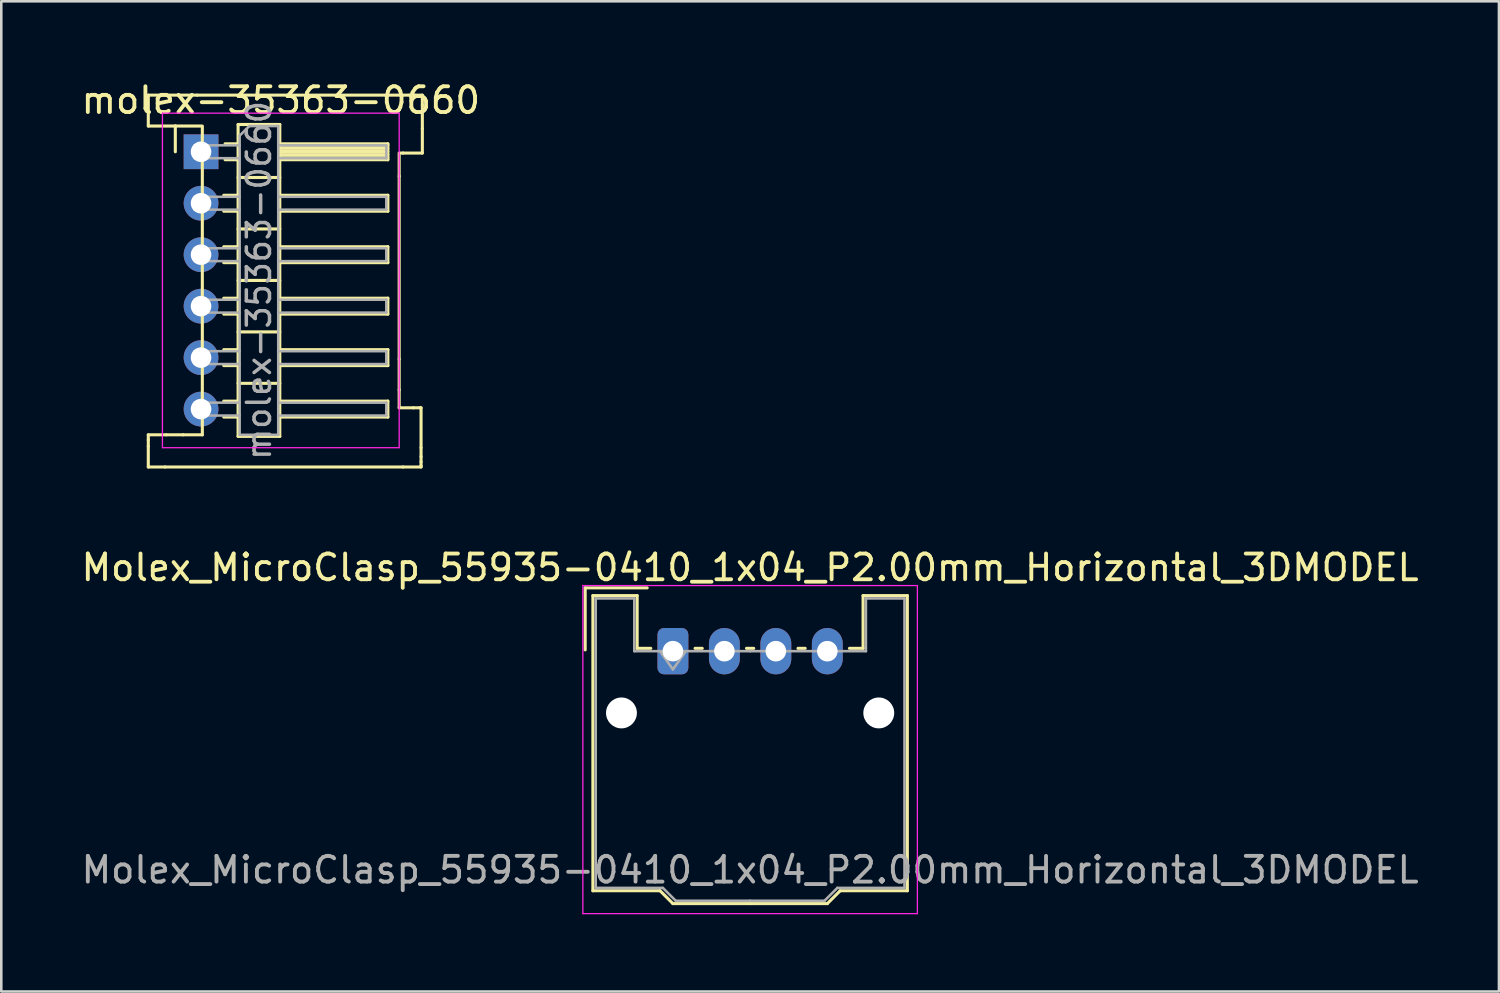
<source format=kicad_pcb>
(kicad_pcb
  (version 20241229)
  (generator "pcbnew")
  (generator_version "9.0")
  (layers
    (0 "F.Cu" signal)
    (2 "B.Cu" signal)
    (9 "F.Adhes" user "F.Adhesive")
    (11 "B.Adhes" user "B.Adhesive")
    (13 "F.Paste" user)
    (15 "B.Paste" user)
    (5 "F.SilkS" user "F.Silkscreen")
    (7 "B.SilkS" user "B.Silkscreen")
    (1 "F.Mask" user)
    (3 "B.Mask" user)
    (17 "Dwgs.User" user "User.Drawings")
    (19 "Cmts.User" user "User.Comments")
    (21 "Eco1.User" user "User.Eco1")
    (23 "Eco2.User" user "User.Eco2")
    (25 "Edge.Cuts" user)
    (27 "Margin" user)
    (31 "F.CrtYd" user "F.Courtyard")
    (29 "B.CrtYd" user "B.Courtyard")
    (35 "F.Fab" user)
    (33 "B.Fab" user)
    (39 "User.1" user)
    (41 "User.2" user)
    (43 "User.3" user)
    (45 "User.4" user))
  (footprint "Molex_MicroClasp_55935-0410_1x04_P2.00mm_Horizontal_3DMODEL"
    (layer "F.Cu")
    (at 23.101 22.256)
    (property "Reference" "Molex_MicroClasp_55935-0410_1x04_P2.00mm_Horizontal_3DMODEL" (at 3 -3.25 0) (layer "F.SilkS") (effects (font (size 1 1) (thickness 0.15))))
    (attr through_hole)
    (fp_line (start -3.41 -2.46) (end -1 -2.46) (stroke (width 0.12) (type solid)) (layer "F.SilkS"))
    (fp_line (start -3.41 -0.05) (end -3.41 -2.46) (stroke (width 0.12) (type solid)) (layer "F.SilkS"))
    (fp_line (start -3.11 -2.16) (end -1.39 -2.16) (stroke (width 0.12) (type solid)) (layer "F.SilkS"))
    (fp_line (start -3.11 9.31) (end -3.11 -2.16) (stroke (width 0.12) (type solid)) (layer "F.SilkS"))
    (fp_line (start -1.39 -2.16) (end -1.39 -0.11) (stroke (width 0.12) (type solid)) (layer "F.SilkS"))
    (fp_line (start -1.39 -0.11) (end -0.86 -0.11) (stroke (width 0.12) (type solid)) (layer "F.SilkS"))
    (fp_line (start -0.5 9.31) (end -3.11 9.31) (stroke (width 0.12) (type solid)) (layer "F.SilkS"))
    (fp_line (start 0 9.81) (end -0.5 9.31) (stroke (width 0.12) (type solid)) (layer "F.SilkS"))
    (fp_line (start 0.86 -0.11) (end 1.14 -0.11) (stroke (width 0.12) (type solid)) (layer "F.SilkS"))
    (fp_line (start 2.86 -0.11) (end 3.14 -0.11) (stroke (width 0.12) (type solid)) (layer "F.SilkS"))
    (fp_line (start 3 9.81) (end 0 9.81) (stroke (width 0.12) (type solid)) (layer "F.SilkS"))
    (fp_line (start 3 9.81) (end 6 9.81) (stroke (width 0.12) (type solid)) (layer "F.SilkS"))
    (fp_line (start 4.86 -0.11) (end 5.14 -0.11) (stroke (width 0.12) (type solid)) (layer "F.SilkS"))
    (fp_line (start 6 9.81) (end 6.5 9.31) (stroke (width 0.12) (type solid)) (layer "F.SilkS"))
    (fp_line (start 6.5 9.31) (end 9.11 9.31) (stroke (width 0.12) (type solid)) (layer "F.SilkS"))
    (fp_line (start 7.39 -2.16) (end 7.39 -0.11) (stroke (width 0.12) (type solid)) (layer "F.SilkS"))
    (fp_line (start 7.39 -0.11) (end 6.86 -0.11) (stroke (width 0.12) (type solid)) (layer "F.SilkS"))
    (fp_line (start 9.11 -2.16) (end 7.39 -2.16) (stroke (width 0.12) (type solid)) (layer "F.SilkS"))
    (fp_line (start 9.11 9.31) (end 9.11 -2.16) (stroke (width 0.12) (type solid)) (layer "F.SilkS"))
    (fp_line (start -3.5 -2.55) (end -3.5 10.2) (stroke (width 0.05) (type solid)) (layer "F.CrtYd"))
    (fp_line (start -3.5 10.2) (end 9.5 10.2) (stroke (width 0.05) (type solid)) (layer "F.CrtYd"))
    (fp_line (start 9.5 -2.55) (end -3.5 -2.55) (stroke (width 0.05) (type solid)) (layer "F.CrtYd"))
    (fp_line (start 9.5 10.2) (end 9.5 -2.55) (stroke (width 0.05) (type solid)) (layer "F.CrtYd"))
    (fp_line (start -3 -2.05) (end -1.5 -2.05) (stroke (width 0.1) (type solid)) (layer "F.Fab"))
    (fp_line (start -3 9.2) (end -3 -2.05) (stroke (width 0.1) (type solid)) (layer "F.Fab"))
    (fp_line (start -1.5 -2.05) (end -1.5 0) (stroke (width 0.1) (type solid)) (layer "F.Fab"))
    (fp_line (start -1.5 0) (end 3 0) (stroke (width 0.1) (type solid)) (layer "F.Fab"))
    (fp_line (start -0.5 0) (end 0 0.707) (stroke (width 0.1) (type solid)) (layer "F.Fab"))
    (fp_line (start -0.39 9.2) (end -3 9.2) (stroke (width 0.1) (type solid)) (layer "F.Fab"))
    (fp_line (start 0 0.707) (end 0.5 0) (stroke (width 0.1) (type solid)) (layer "F.Fab"))
    (fp_line (start 0.11 9.7) (end -0.39 9.2) (stroke (width 0.1) (type solid)) (layer "F.Fab"))
    (fp_line (start 3 9.7) (end 0.11 9.7) (stroke (width 0.1) (type solid)) (layer "F.Fab"))
    (fp_line (start 3 9.7) (end 5.89 9.7) (stroke (width 0.1) (type solid)) (layer "F.Fab"))
    (fp_line (start 5.89 9.7) (end 6.39 9.2) (stroke (width 0.1) (type solid)) (layer "F.Fab"))
    (fp_line (start 6.39 9.2) (end 9 9.2) (stroke (width 0.1) (type solid)) (layer "F.Fab"))
    (fp_line (start 7.5 -2.05) (end 7.5 0) (stroke (width 0.1) (type solid)) (layer "F.Fab"))
    (fp_line (start 7.5 0) (end 3 0) (stroke (width 0.1) (type solid)) (layer "F.Fab"))
    (fp_line (start 9 -2.05) (end 7.5 -2.05) (stroke (width 0.1) (type solid)) (layer "F.Fab"))
    (fp_line (start 9 9.2) (end 9 -2.05) (stroke (width 0.1) (type solid)) (layer "F.Fab"))
    (fp_text user "${REFERENCE}" (at 3 8.5 0) (layer "F.Fab") (effects (font (size 1 1) (thickness 0.15))))
    (pad "" np_thru_hole circle (at -2 2.4) (size 1.2 1.2) (drill 1.2) (layers "*.Cu" "*.Mask"))
    (pad "" np_thru_hole circle (at 8 2.4) (size 1.2 1.2) (drill 1.2) (layers "*.Cu" "*.Mask"))
    (pad "1" thru_hole roundrect (at 0 0) (size 1.2 1.8) (drill 0.8) (layers "*.Cu" "*.Mask") (roundrect_rratio 0.208))
    (pad "2" thru_hole oval (at 2 0) (size 1.2 1.8) (drill 0.8) (layers "*.Cu" "*.Mask"))
    (pad "3" thru_hole oval (at 4 0) (size 1.2 1.8) (drill 0.8) (layers "*.Cu" "*.Mask"))
    (pad "4" thru_hole oval (at 6 0) (size 1.2 1.8) (drill 0.8) (layers "*.Cu" "*.Mask")))
  (footprint "molex-35363-0660"
    (layer "F.Cu")
    (at 4.763 2.848)
    (property "Reference" "molex-35363-0660" (at 3.1 -2 0) (layer "F.SilkS") (effects (font (size 1 1) (thickness 0.15))))
    (attr through_hole)
    (fp_line (start -2.05 -2.2) (end -0.15 -2.2) (stroke (width 0.12) (type solid)) (layer "F.SilkS"))
    (fp_line (start -2.05 -1) (end -2.05 -2.2) (stroke (width 0.12) (type solid)) (layer "F.SilkS"))
    (fp_line (start -2.05 11) (end -1.35 11) (stroke (width 0.12) (type solid)) (layer "F.SilkS"))
    (fp_line (start -2.05 11.2) (end -2.05 11) (stroke (width 0.12) (type solid)) (layer "F.SilkS"))
    (fp_line (start -2.05 11.45) (end -2.05 11.2) (stroke (width 0.12) (type solid)) (layer "F.SilkS"))
    (fp_line (start -2.05 12.25) (end -2.05 11.45) (stroke (width 0.12) (type solid)) (layer "F.SilkS"))
    (fp_line (start -1.4 12.25) (end -2.05 12.25) (stroke (width 0.12) (type solid)) (layer "F.SilkS"))
    (fp_line (start -1.35 11) (end -0.7 11) (stroke (width 0.12) (type solid)) (layer "F.SilkS"))
    (fp_line (start -1 -1) (end -2.05 -1) (stroke (width 0.12) (type solid)) (layer "F.SilkS"))
    (fp_line (start -1 -1) (end 0 -1) (stroke (width 0.12) (type solid)) (layer "F.SilkS"))
    (fp_line (start -1 0) (end -1 -1) (stroke (width 0.12) (type solid)) (layer "F.SilkS"))
    (fp_line (start -0.7 11) (end 0.05 11) (stroke (width 0.12) (type solid)) (layer "F.SilkS"))
    (fp_line (start -0.15 -2.2) (end 8.1 -2.2) (stroke (width 0.12) (type solid)) (layer "F.SilkS"))
    (fp_line (start 0.05 11) (end 0.05 -1) (stroke (width 0.12) (type solid)) (layer "F.SilkS"))
    (fp_line (start 0.882 1.69) (end 1.44 1.69) (stroke (width 0.12) (type solid)) (layer "F.SilkS"))
    (fp_line (start 0.882 2.31) (end 1.44 2.31) (stroke (width 0.12) (type solid)) (layer "F.SilkS"))
    (fp_line (start 0.882 3.69) (end 1.44 3.69) (stroke (width 0.12) (type solid)) (layer "F.SilkS"))
    (fp_line (start 0.882 4.31) (end 1.44 4.31) (stroke (width 0.12) (type solid)) (layer "F.SilkS"))
    (fp_line (start 0.882 5.69) (end 1.44 5.69) (stroke (width 0.12) (type solid)) (layer "F.SilkS"))
    (fp_line (start 0.882 6.31) (end 1.44 6.31) (stroke (width 0.12) (type solid)) (layer "F.SilkS"))
    (fp_line (start 0.882 7.69) (end 1.44 7.69) (stroke (width 0.12) (type solid)) (layer "F.SilkS"))
    (fp_line (start 0.882 8.31) (end 1.44 8.31) (stroke (width 0.12) (type solid)) (layer "F.SilkS"))
    (fp_line (start 0.882 9.69) (end 1.44 9.69) (stroke (width 0.12) (type solid)) (layer "F.SilkS"))
    (fp_line (start 0.882 10.31) (end 1.44 10.31) (stroke (width 0.12) (type solid)) (layer "F.SilkS"))
    (fp_line (start 0.935 -0.31) (end 1.44 -0.31) (stroke (width 0.12) (type solid)) (layer "F.SilkS"))
    (fp_line (start 0.935 0.31) (end 1.44 0.31) (stroke (width 0.12) (type solid)) (layer "F.SilkS"))
    (fp_line (start 1.44 -1.06) (end 1.44 11.06) (stroke (width 0.12) (type solid)) (layer "F.SilkS"))
    (fp_line (start 1.44 1) (end 3.06 1) (stroke (width 0.12) (type solid)) (layer "F.SilkS"))
    (fp_line (start 1.44 3) (end 3.06 3) (stroke (width 0.12) (type solid)) (layer "F.SilkS"))
    (fp_line (start 1.44 5) (end 3.06 5) (stroke (width 0.12) (type solid)) (layer "F.SilkS"))
    (fp_line (start 1.44 7) (end 3.06 7) (stroke (width 0.12) (type solid)) (layer "F.SilkS"))
    (fp_line (start 1.44 9) (end 3.06 9) (stroke (width 0.12) (type solid)) (layer "F.SilkS"))
    (fp_line (start 1.44 11.06) (end 3.06 11.06) (stroke (width 0.12) (type solid)) (layer "F.SilkS"))
    (fp_line (start 3.06 -1.06) (end 1.44 -1.06) (stroke (width 0.12) (type solid)) (layer "F.SilkS"))
    (fp_line (start 3.06 -0.31) (end 7.26 -0.31) (stroke (width 0.12) (type solid)) (layer "F.SilkS"))
    (fp_line (start 3.06 -0.25) (end 7.26 -0.25) (stroke (width 0.12) (type solid)) (layer "F.SilkS"))
    (fp_line (start 3.06 -0.13) (end 7.26 -0.13) (stroke (width 0.12) (type solid)) (layer "F.SilkS"))
    (fp_line (start 3.06 -0.01) (end 7.26 -0.01) (stroke (width 0.12) (type solid)) (layer "F.SilkS"))
    (fp_line (start 3.06 0.11) (end 7.26 0.11) (stroke (width 0.12) (type solid)) (layer "F.SilkS"))
    (fp_line (start 3.06 0.23) (end 7.26 0.23) (stroke (width 0.12) (type solid)) (layer "F.SilkS"))
    (fp_line (start 3.06 1.69) (end 7.26 1.69) (stroke (width 0.12) (type solid)) (layer "F.SilkS"))
    (fp_line (start 3.06 3.69) (end 7.26 3.69) (stroke (width 0.12) (type solid)) (layer "F.SilkS"))
    (fp_line (start 3.06 5.69) (end 7.26 5.69) (stroke (width 0.12) (type solid)) (layer "F.SilkS"))
    (fp_line (start 3.06 7.69) (end 7.26 7.69) (stroke (width 0.12) (type solid)) (layer "F.SilkS"))
    (fp_line (start 3.06 9.69) (end 7.26 9.69) (stroke (width 0.12) (type solid)) (layer "F.SilkS"))
    (fp_line (start 3.06 11.06) (end 3.06 -1.06) (stroke (width 0.12) (type solid)) (layer "F.SilkS"))
    (fp_line (start 7.26 -0.31) (end 7.26 0.31) (stroke (width 0.12) (type solid)) (layer "F.SilkS"))
    (fp_line (start 7.26 0.31) (end 3.06 0.31) (stroke (width 0.12) (type solid)) (layer "F.SilkS"))
    (fp_line (start 7.26 1.69) (end 7.26 2.31) (stroke (width 0.12) (type solid)) (layer "F.SilkS"))
    (fp_line (start 7.26 2.31) (end 3.06 2.31) (stroke (width 0.12) (type solid)) (layer "F.SilkS"))
    (fp_line (start 7.26 3.69) (end 7.26 4.31) (stroke (width 0.12) (type solid)) (layer "F.SilkS"))
    (fp_line (start 7.26 4.31) (end 3.06 4.31) (stroke (width 0.12) (type solid)) (layer "F.SilkS"))
    (fp_line (start 7.26 5.69) (end 7.26 6.31) (stroke (width 0.12) (type solid)) (layer "F.SilkS"))
    (fp_line (start 7.26 6.31) (end 3.06 6.31) (stroke (width 0.12) (type solid)) (layer "F.SilkS"))
    (fp_line (start 7.26 7.69) (end 7.26 8.31) (stroke (width 0.12) (type solid)) (layer "F.SilkS"))
    (fp_line (start 7.26 8.31) (end 3.06 8.31) (stroke (width 0.12) (type solid)) (layer "F.SilkS"))
    (fp_line (start 7.26 9.69) (end 7.26 10.31) (stroke (width 0.12) (type solid)) (layer "F.SilkS"))
    (fp_line (start 7.26 10.31) (end 3.06 10.31) (stroke (width 0.12) (type solid)) (layer "F.SilkS"))
    (fp_line (start 7.7 0.05) (end 7.7 0.95) (stroke (width 0.12) (type solid)) (layer "F.SilkS"))
    (fp_line (start 7.7 0.95) (end 7.7 8.05) (stroke (width 0.12) (type solid)) (layer "F.SilkS"))
    (fp_line (start 7.7 8.05) (end 7.7 9.25) (stroke (width 0.12) (type solid)) (layer "F.SilkS"))
    (fp_line (start 7.7 9.25) (end 7.7 9.95) (stroke (width 0.12) (type solid)) (layer "F.SilkS"))
    (fp_line (start 7.7 9.95) (end 8.25 9.95) (stroke (width 0.12) (type solid)) (layer "F.SilkS"))
    (fp_line (start 7.85 0.05) (end 7.75 0.05) (stroke (width 0.12) (type solid)) (layer "F.SilkS"))
    (fp_line (start 7.85 12.25) (end -1.4 12.25) (stroke (width 0.12) (type solid)) (layer "F.SilkS"))
    (fp_line (start 8.1 -2.2) (end 8.3 -2.2) (stroke (width 0.12) (type solid)) (layer "F.SilkS"))
    (fp_line (start 8.25 9.95) (end 8.5 9.95) (stroke (width 0.12) (type solid)) (layer "F.SilkS"))
    (fp_line (start 8.3 -2.2) (end 8.6 -2.2) (stroke (width 0.12) (type solid)) (layer "F.SilkS"))
    (fp_line (start 8.5 9.95) (end 8.55 9.95) (stroke (width 0.12) (type solid)) (layer "F.SilkS"))
    (fp_line (start 8.55 9.95) (end 8.55 11.5) (stroke (width 0.12) (type solid)) (layer "F.SilkS"))
    (fp_line (start 8.55 11.5) (end 8.55 11.85) (stroke (width 0.12) (type solid)) (layer "F.SilkS"))
    (fp_line (start 8.55 11.85) (end 8.55 12.05) (stroke (width 0.12) (type solid)) (layer "F.SilkS"))
    (fp_line (start 8.55 12.05) (end 8.55 12.2) (stroke (width 0.12) (type solid)) (layer "F.SilkS"))
    (fp_line (start 8.55 12.2) (end 8.55 12.25) (stroke (width 0.12) (type solid)) (layer "F.SilkS"))
    (fp_line (start 8.55 12.25) (end 7.85 12.25) (stroke (width 0.12) (type solid)) (layer "F.SilkS"))
    (fp_line (start 8.6 -2.2) (end 8.6 -1.8) (stroke (width 0.12) (type solid)) (layer "F.SilkS"))
    (fp_line (start 8.6 -1.8) (end 8.6 -0.9) (stroke (width 0.12) (type solid)) (layer "F.SilkS"))
    (fp_line (start 8.6 -0.9) (end 8.6 0.05) (stroke (width 0.12) (type solid)) (layer "F.SilkS"))
    (fp_line (start 8.6 0.05) (end 7.85 0.05) (stroke (width 0.12) (type solid)) (layer "F.SilkS"))
    (fp_line (start -1.5 -1.5) (end -1.5 11.5) (stroke (width 0.05) (type solid)) (layer "F.CrtYd"))
    (fp_line (start -1.5 11.5) (end 7.7 11.5) (stroke (width 0.05) (type solid)) (layer "F.CrtYd"))
    (fp_line (start 7.7 -1.5) (end -1.5 -1.5) (stroke (width 0.05) (type solid)) (layer "F.CrtYd"))
    (fp_line (start 7.7 11.5) (end 7.7 -1.5) (stroke (width 0.05) (type solid)) (layer "F.CrtYd"))
    (fp_line (start -0.25 -0.25) (end -0.25 0.25) (stroke (width 0.1) (type solid)) (layer "F.Fab"))
    (fp_line (start -0.25 -0.25) (end 1.5 -0.25) (stroke (width 0.1) (type solid)) (layer "F.Fab"))
    (fp_line (start -0.25 0.25) (end 1.5 0.25) (stroke (width 0.1) (type solid)) (layer "F.Fab"))
    (fp_line (start -0.25 1.75) (end -0.25 2.25) (stroke (width 0.1) (type solid)) (layer "F.Fab"))
    (fp_line (start -0.25 1.75) (end 1.5 1.75) (stroke (width 0.1) (type solid)) (layer "F.Fab"))
    (fp_line (start -0.25 2.25) (end 1.5 2.25) (stroke (width 0.1) (type solid)) (layer "F.Fab"))
    (fp_line (start -0.25 3.75) (end -0.25 4.25) (stroke (width 0.1) (type solid)) (layer "F.Fab"))
    (fp_line (start -0.25 3.75) (end 1.5 3.75) (stroke (width 0.1) (type solid)) (layer "F.Fab"))
    (fp_line (start -0.25 4.25) (end 1.5 4.25) (stroke (width 0.1) (type solid)) (layer "F.Fab"))
    (fp_line (start -0.25 5.75) (end -0.25 6.25) (stroke (width 0.1) (type solid)) (layer "F.Fab"))
    (fp_line (start -0.25 5.75) (end 1.5 5.75) (stroke (width 0.1) (type solid)) (layer "F.Fab"))
    (fp_line (start -0.25 6.25) (end 1.5 6.25) (stroke (width 0.1) (type solid)) (layer "F.Fab"))
    (fp_line (start -0.25 7.75) (end -0.25 8.25) (stroke (width 0.1) (type solid)) (layer "F.Fab"))
    (fp_line (start -0.25 7.75) (end 1.5 7.75) (stroke (width 0.1) (type solid)) (layer "F.Fab"))
    (fp_line (start -0.25 8.25) (end 1.5 8.25) (stroke (width 0.1) (type solid)) (layer "F.Fab"))
    (fp_line (start -0.25 9.75) (end -0.25 10.25) (stroke (width 0.1) (type solid)) (layer "F.Fab"))
    (fp_line (start -0.25 9.75) (end 1.5 9.75) (stroke (width 0.1) (type solid)) (layer "F.Fab"))
    (fp_line (start -0.25 10.25) (end 1.5 10.25) (stroke (width 0.1) (type solid)) (layer "F.Fab"))
    (fp_line (start 1.5 -0.625) (end 1.875 -1) (stroke (width 0.1) (type solid)) (layer "F.Fab"))
    (fp_line (start 1.5 11) (end 1.5 -0.625) (stroke (width 0.1) (type solid)) (layer "F.Fab"))
    (fp_line (start 1.875 -1) (end 3 -1) (stroke (width 0.1) (type solid)) (layer "F.Fab"))
    (fp_line (start 3 -1) (end 3 11) (stroke (width 0.1) (type solid)) (layer "F.Fab"))
    (fp_line (start 3 -0.25) (end 7.2 -0.25) (stroke (width 0.1) (type solid)) (layer "F.Fab"))
    (fp_line (start 3 0.25) (end 7.2 0.25) (stroke (width 0.1) (type solid)) (layer "F.Fab"))
    (fp_line (start 3 1.75) (end 7.2 1.75) (stroke (width 0.1) (type solid)) (layer "F.Fab"))
    (fp_line (start 3 2.25) (end 7.2 2.25) (stroke (width 0.1) (type solid)) (layer "F.Fab"))
    (fp_line (start 3 3.75) (end 7.2 3.75) (stroke (width 0.1) (type solid)) (layer "F.Fab"))
    (fp_line (start 3 4.25) (end 7.2 4.25) (stroke (width 0.1) (type solid)) (layer "F.Fab"))
    (fp_line (start 3 5.75) (end 7.2 5.75) (stroke (width 0.1) (type solid)) (layer "F.Fab"))
    (fp_line (start 3 6.25) (end 7.2 6.25) (stroke (width 0.1) (type solid)) (layer "F.Fab"))
    (fp_line (start 3 7.75) (end 7.2 7.75) (stroke (width 0.1) (type solid)) (layer "F.Fab"))
    (fp_line (start 3 8.25) (end 7.2 8.25) (stroke (width 0.1) (type solid)) (layer "F.Fab"))
    (fp_line (start 3 9.75) (end 7.2 9.75) (stroke (width 0.1) (type solid)) (layer "F.Fab"))
    (fp_line (start 3 10.25) (end 7.2 10.25) (stroke (width 0.1) (type solid)) (layer "F.Fab"))
    (fp_line (start 3 11) (end 1.5 11) (stroke (width 0.1) (type solid)) (layer "F.Fab"))
    (fp_line (start 7.2 -0.25) (end 7.2 0.25) (stroke (width 0.1) (type solid)) (layer "F.Fab"))
    (fp_line (start 7.2 1.75) (end 7.2 2.25) (stroke (width 0.1) (type solid)) (layer "F.Fab"))
    (fp_line (start 7.2 3.75) (end 7.2 4.25) (stroke (width 0.1) (type solid)) (layer "F.Fab"))
    (fp_line (start 7.2 5.75) (end 7.2 6.25) (stroke (width 0.1) (type solid)) (layer "F.Fab"))
    (fp_line (start 7.2 7.75) (end 7.2 8.25) (stroke (width 0.1) (type solid)) (layer "F.Fab"))
    (fp_line (start 7.2 9.75) (end 7.2 10.25) (stroke (width 0.1) (type solid)) (layer "F.Fab"))
    (fp_text user "${REFERENCE}" (at 2.25 5 90) (layer "F.Fab") (effects (font (size 0.9 0.9) (thickness 0.135))))
    (pad "1" thru_hole oval (at 0 2) (size 1.35 1.35) (drill 0.8) (layers "*.Cu" "*.Mask"))
    (pad "2" thru_hole oval (at 0 4) (size 1.35 1.35) (drill 0.8) (layers "*.Cu" "*.Mask"))
    (pad "3" thru_hole oval (at 0 8) (size 1.35 1.35) (drill 0.8) (layers "*.Cu" "*.Mask"))
    (pad "4" thru_hole rect (at 0 0) (size 1.35 1.35) (drill 0.8) (layers "*.Cu" "*.Mask"))
    (pad "4" thru_hole oval (at 0 6) (size 1.35 1.35) (drill 0.8) (layers "*.Cu" "*.Mask"))
    (pad "4" thru_hole oval (at 0 10) (size 1.35 1.35) (drill 0.8) (layers "*.Cu" "*.Mask")))
  (gr_rect
    (start -3 -3)
    (end 55.202 35.481)
    (stroke (width 0.1) (type default))
    (fill no)
    (layer "Edge.Cuts")))
</source>
